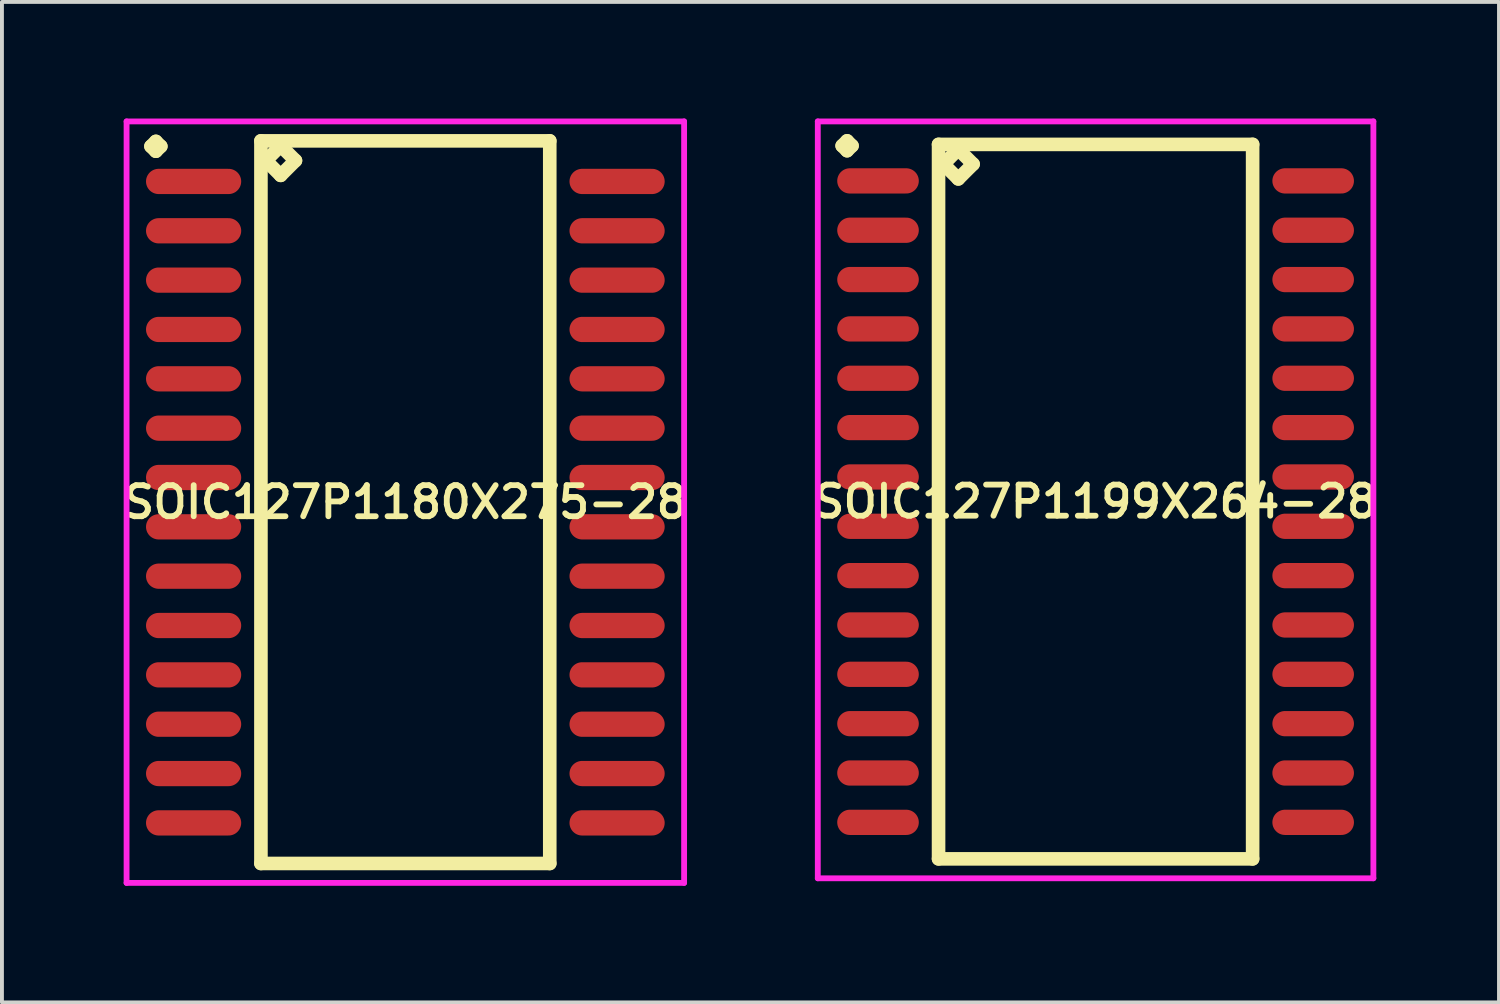
<source format=kicad_pcb>
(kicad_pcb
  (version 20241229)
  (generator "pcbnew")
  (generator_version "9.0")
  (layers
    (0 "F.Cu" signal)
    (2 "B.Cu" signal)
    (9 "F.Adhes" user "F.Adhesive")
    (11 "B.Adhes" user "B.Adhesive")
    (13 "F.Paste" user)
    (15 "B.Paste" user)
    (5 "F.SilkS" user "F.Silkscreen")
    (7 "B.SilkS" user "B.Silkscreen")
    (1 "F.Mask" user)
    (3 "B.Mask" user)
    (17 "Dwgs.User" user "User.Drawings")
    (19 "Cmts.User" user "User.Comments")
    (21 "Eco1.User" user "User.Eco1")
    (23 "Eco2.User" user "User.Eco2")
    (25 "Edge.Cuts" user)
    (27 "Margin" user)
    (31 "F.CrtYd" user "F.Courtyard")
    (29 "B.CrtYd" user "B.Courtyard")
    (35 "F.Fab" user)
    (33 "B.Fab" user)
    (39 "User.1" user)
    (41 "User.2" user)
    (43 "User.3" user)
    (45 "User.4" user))
  (footprint "SOIC127P1199X264-28"
    (layer "F.Cu")
    (at 25.149 9.861)
    (property "Reference" "SOIC127P1199X264-28" (at 0 0 0) (layer "F.SilkS") (effects (font (size 0.8 0.8) (thickness 0.15))))
    (attr smd)
    (fp_line (start -6.523 -9.159) (end -6.396 -9.286) (stroke (width 0.35) (type solid)) (layer "F.SilkS"))
    (fp_line (start -6.396 -9.286) (end -6.269 -9.159) (stroke (width 0.35) (type solid)) (layer "F.SilkS"))
    (fp_line (start -6.396 -9.032) (end -6.523 -9.159) (stroke (width 0.35) (type solid)) (layer "F.SilkS"))
    (fp_line (start -6.269 -9.159) (end -6.396 -9.032) (stroke (width 0.35) (type solid)) (layer "F.SilkS"))
    (fp_line (start -4.042 -9.195) (end -4.042 9.195) (stroke (width 0.35) (type solid)) (layer "F.SilkS"))
    (fp_line (start -4.042 9.195) (end 4.042 9.195) (stroke (width 0.35) (type solid)) (layer "F.SilkS"))
    (fp_line (start -3.915 -8.687) (end -3.534 -9.068) (stroke (width 0.35) (type solid)) (layer "F.SilkS"))
    (fp_line (start -3.534 -9.068) (end -3.153 -8.687) (stroke (width 0.35) (type solid)) (layer "F.SilkS"))
    (fp_line (start -3.534 -8.306) (end -3.915 -8.687) (stroke (width 0.35) (type solid)) (layer "F.SilkS"))
    (fp_line (start -3.153 -8.687) (end -3.534 -8.306) (stroke (width 0.35) (type solid)) (layer "F.SilkS"))
    (fp_line (start 4.042 -9.195) (end -4.042 -9.195) (stroke (width 0.35) (type solid)) (layer "F.SilkS"))
    (fp_line (start 4.042 9.195) (end 4.042 -9.195) (stroke (width 0.35) (type solid)) (layer "F.SilkS"))
    (fp_line (start -7.15 -9.786) (end 7.15 -9.786) (stroke (width 0.15) (type solid)) (layer "F.CrtYd"))
    (fp_line (start -7.15 9.695) (end -7.15 -9.786) (stroke (width 0.15) (type solid)) (layer "F.CrtYd"))
    (fp_line (start 7.15 -9.786) (end 7.15 9.695) (stroke (width 0.15) (type solid)) (layer "F.CrtYd"))
    (fp_line (start 7.15 9.695) (end -7.15 9.695) (stroke (width 0.15) (type solid)) (layer "F.CrtYd"))
    (pad "1" smd oval (at -5.6 -8.255) (size 2.1 0.65) (layers "F.Cu" "F.Mask" "F.Paste"))
    (pad "2" smd oval (at -5.6 -6.985) (size 2.1 0.65) (layers "F.Cu" "F.Mask" "F.Paste"))
    (pad "3" smd oval (at -5.6 -5.715) (size 2.1 0.65) (layers "F.Cu" "F.Mask" "F.Paste"))
    (pad "4" smd oval (at -5.6 -4.445) (size 2.1 0.65) (layers "F.Cu" "F.Mask" "F.Paste"))
    (pad "5" smd oval (at -5.6 -3.175) (size 2.1 0.65) (layers "F.Cu" "F.Mask" "F.Paste"))
    (pad "6" smd oval (at -5.6 -1.905) (size 2.1 0.65) (layers "F.Cu" "F.Mask" "F.Paste"))
    (pad "7" smd oval (at -5.6 -0.635) (size 2.1 0.65) (layers "F.Cu" "F.Mask" "F.Paste"))
    (pad "8" smd oval (at -5.6 0.635) (size 2.1 0.65) (layers "F.Cu" "F.Mask" "F.Paste"))
    (pad "9" smd oval (at -5.6 1.905) (size 2.1 0.65) (layers "F.Cu" "F.Mask" "F.Paste"))
    (pad "10" smd oval (at -5.6 3.175) (size 2.1 0.65) (layers "F.Cu" "F.Mask" "F.Paste"))
    (pad "11" smd oval (at -5.6 4.445) (size 2.1 0.65) (layers "F.Cu" "F.Mask" "F.Paste"))
    (pad "12" smd oval (at -5.6 5.715) (size 2.1 0.65) (layers "F.Cu" "F.Mask" "F.Paste"))
    (pad "13" smd oval (at -5.6 6.985) (size 2.1 0.65) (layers "F.Cu" "F.Mask" "F.Paste"))
    (pad "14" smd oval (at -5.6 8.255) (size 2.1 0.65) (layers "F.Cu" "F.Mask" "F.Paste"))
    (pad "15" smd oval (at 5.6 8.255) (size 2.1 0.65) (layers "F.Cu" "F.Mask" "F.Paste"))
    (pad "16" smd oval (at 5.6 6.985) (size 2.1 0.65) (layers "F.Cu" "F.Mask" "F.Paste"))
    (pad "17" smd oval (at 5.6 5.715) (size 2.1 0.65) (layers "F.Cu" "F.Mask" "F.Paste"))
    (pad "18" smd oval (at 5.6 4.445) (size 2.1 0.65) (layers "F.Cu" "F.Mask" "F.Paste"))
    (pad "19" smd oval (at 5.6 3.175) (size 2.1 0.65) (layers "F.Cu" "F.Mask" "F.Paste"))
    (pad "20" smd oval (at 5.6 1.905) (size 2.1 0.65) (layers "F.Cu" "F.Mask" "F.Paste"))
    (pad "21" smd oval (at 5.6 0.635) (size 2.1 0.65) (layers "F.Cu" "F.Mask" "F.Paste"))
    (pad "22" smd oval (at 5.6 -0.635) (size 2.1 0.65) (layers "F.Cu" "F.Mask" "F.Paste"))
    (pad "23" smd oval (at 5.6 -1.905) (size 2.1 0.65) (layers "F.Cu" "F.Mask" "F.Paste"))
    (pad "24" smd oval (at 5.6 -3.175) (size 2.1 0.65) (layers "F.Cu" "F.Mask" "F.Paste"))
    (pad "25" smd oval (at 5.6 -4.445) (size 2.1 0.65) (layers "F.Cu" "F.Mask" "F.Paste"))
    (pad "26" smd oval (at 5.6 -5.715) (size 2.1 0.65) (layers "F.Cu" "F.Mask" "F.Paste"))
    (pad "27" smd oval (at 5.6 -6.985) (size 2.1 0.65) (layers "F.Cu" "F.Mask" "F.Paste"))
    (pad "28" smd oval (at 5.6 -8.255) (size 2.1 0.65) (layers "F.Cu" "F.Mask" "F.Paste")))
  (footprint "SOIC127P1180X275-28"
    (layer "F.Cu")
    (at 7.383 9.875)
    (property "Reference" "SOIC127P1180X275-28" (at 0 0 0) (layer "F.SilkS") (effects (font (size 0.8 0.8) (thickness 0.15))))
    (attr smd)
    (fp_line (start -6.548 -9.159) (end -6.421 -9.286) (stroke (width 0.35) (type solid)) (layer "F.SilkS"))
    (fp_line (start -6.421 -9.286) (end -6.294 -9.159) (stroke (width 0.35) (type solid)) (layer "F.SilkS"))
    (fp_line (start -6.421 -9.032) (end -6.548 -9.159) (stroke (width 0.35) (type solid)) (layer "F.SilkS"))
    (fp_line (start -6.294 -9.159) (end -6.421 -9.032) (stroke (width 0.35) (type solid)) (layer "F.SilkS"))
    (fp_line (start -3.717 -9.3) (end -3.717 9.3) (stroke (width 0.35) (type solid)) (layer "F.SilkS"))
    (fp_line (start -3.717 9.3) (end 3.717 9.3) (stroke (width 0.35) (type solid)) (layer "F.SilkS"))
    (fp_line (start -3.59 -8.792) (end -3.209 -9.173) (stroke (width 0.35) (type solid)) (layer "F.SilkS"))
    (fp_line (start -3.209 -9.173) (end -2.828 -8.792) (stroke (width 0.35) (type solid)) (layer "F.SilkS"))
    (fp_line (start -3.209 -8.411) (end -3.59 -8.792) (stroke (width 0.35) (type solid)) (layer "F.SilkS"))
    (fp_line (start -2.828 -8.792) (end -3.209 -8.411) (stroke (width 0.35) (type solid)) (layer "F.SilkS"))
    (fp_line (start 3.717 -9.3) (end -3.717 -9.3) (stroke (width 0.35) (type solid)) (layer "F.SilkS"))
    (fp_line (start 3.717 9.3) (end 3.717 -9.3) (stroke (width 0.35) (type solid)) (layer "F.SilkS"))
    (fp_line (start -7.175 -9.8) (end 7.175 -9.8) (stroke (width 0.15) (type solid)) (layer "F.CrtYd"))
    (fp_line (start -7.175 9.8) (end -7.175 -9.8) (stroke (width 0.15) (type solid)) (layer "F.CrtYd"))
    (fp_line (start 7.175 -9.8) (end 7.175 9.8) (stroke (width 0.15) (type solid)) (layer "F.CrtYd"))
    (fp_line (start 7.175 9.8) (end -7.175 9.8) (stroke (width 0.15) (type solid)) (layer "F.CrtYd"))
    (pad "1" smd oval (at -5.45 -8.255) (size 2.45 0.65) (layers "F.Cu" "F.Mask" "F.Paste"))
    (pad "2" smd oval (at -5.45 -6.985) (size 2.45 0.65) (layers "F.Cu" "F.Mask" "F.Paste"))
    (pad "3" smd oval (at -5.45 -5.715) (size 2.45 0.65) (layers "F.Cu" "F.Mask" "F.Paste"))
    (pad "4" smd oval (at -5.45 -4.445) (size 2.45 0.65) (layers "F.Cu" "F.Mask" "F.Paste"))
    (pad "5" smd oval (at -5.45 -3.175) (size 2.45 0.65) (layers "F.Cu" "F.Mask" "F.Paste"))
    (pad "6" smd oval (at -5.45 -1.905) (size 2.45 0.65) (layers "F.Cu" "F.Mask" "F.Paste"))
    (pad "7" smd oval (at -5.45 -0.635) (size 2.45 0.65) (layers "F.Cu" "F.Mask" "F.Paste"))
    (pad "8" smd oval (at -5.45 0.635) (size 2.45 0.65) (layers "F.Cu" "F.Mask" "F.Paste"))
    (pad "9" smd oval (at -5.45 1.905) (size 2.45 0.65) (layers "F.Cu" "F.Mask" "F.Paste"))
    (pad "10" smd oval (at -5.45 3.175) (size 2.45 0.65) (layers "F.Cu" "F.Mask" "F.Paste"))
    (pad "11" smd oval (at -5.45 4.445) (size 2.45 0.65) (layers "F.Cu" "F.Mask" "F.Paste"))
    (pad "12" smd oval (at -5.45 5.715) (size 2.45 0.65) (layers "F.Cu" "F.Mask" "F.Paste"))
    (pad "13" smd oval (at -5.45 6.985) (size 2.45 0.65) (layers "F.Cu" "F.Mask" "F.Paste"))
    (pad "14" smd oval (at -5.45 8.255) (size 2.45 0.65) (layers "F.Cu" "F.Mask" "F.Paste"))
    (pad "15" smd oval (at 5.45 8.255) (size 2.45 0.65) (layers "F.Cu" "F.Mask" "F.Paste"))
    (pad "16" smd oval (at 5.45 6.985) (size 2.45 0.65) (layers "F.Cu" "F.Mask" "F.Paste"))
    (pad "17" smd oval (at 5.45 5.715) (size 2.45 0.65) (layers "F.Cu" "F.Mask" "F.Paste"))
    (pad "18" smd oval (at 5.45 4.445) (size 2.45 0.65) (layers "F.Cu" "F.Mask" "F.Paste"))
    (pad "19" smd oval (at 5.45 3.175) (size 2.45 0.65) (layers "F.Cu" "F.Mask" "F.Paste"))
    (pad "20" smd oval (at 5.45 1.905) (size 2.45 0.65) (layers "F.Cu" "F.Mask" "F.Paste"))
    (pad "21" smd oval (at 5.45 0.635) (size 2.45 0.65) (layers "F.Cu" "F.Mask" "F.Paste"))
    (pad "22" smd oval (at 5.45 -0.635) (size 2.45 0.65) (layers "F.Cu" "F.Mask" "F.Paste"))
    (pad "23" smd oval (at 5.45 -1.905) (size 2.45 0.65) (layers "F.Cu" "F.Mask" "F.Paste"))
    (pad "24" smd oval (at 5.45 -3.175) (size 2.45 0.65) (layers "F.Cu" "F.Mask" "F.Paste"))
    (pad "25" smd oval (at 5.45 -4.445) (size 2.45 0.65) (layers "F.Cu" "F.Mask" "F.Paste"))
    (pad "26" smd oval (at 5.45 -5.715) (size 2.45 0.65) (layers "F.Cu" "F.Mask" "F.Paste"))
    (pad "27" smd oval (at 5.45 -6.985) (size 2.45 0.65) (layers "F.Cu" "F.Mask" "F.Paste"))
    (pad "28" smd oval (at 5.45 -8.255) (size 2.45 0.65) (layers "F.Cu" "F.Mask" "F.Paste")))
  (gr_rect
    (start -3 -3)
    (end 35.532 22.75)
    (stroke (width 0.1) (type default))
    (fill no)
    (layer "Edge.Cuts")))
</source>
